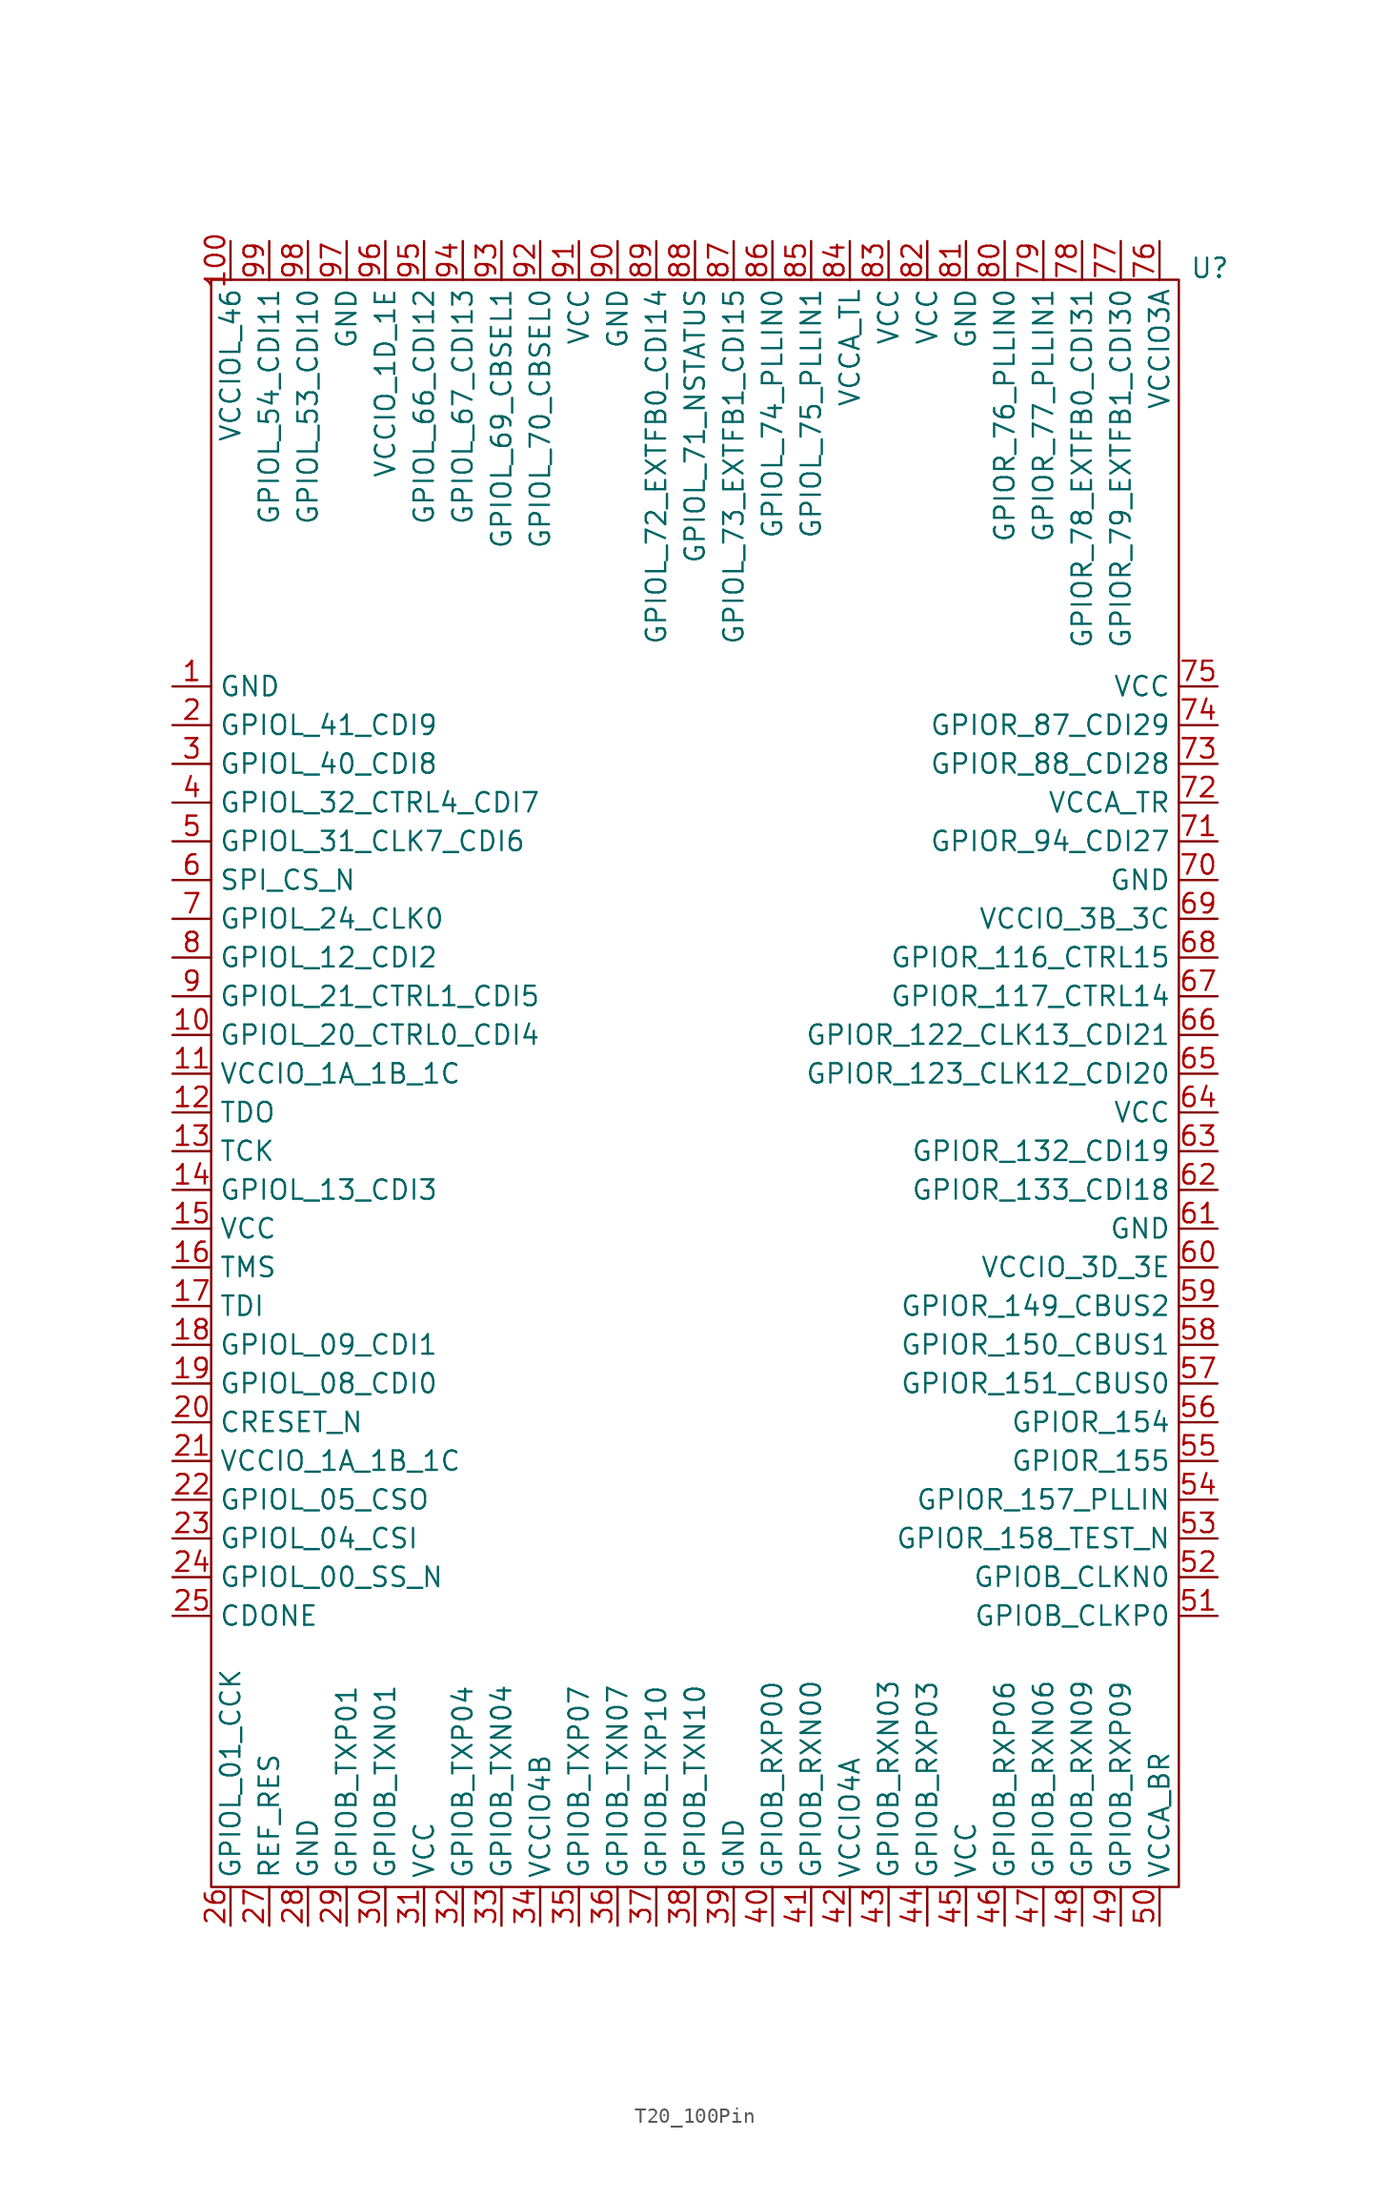
<source format=kicad_sym>
(kicad_symbol_lib
  (version 20231120)
  (generator "kicad_symbol_editor")
  (generator_version "8.0")
  (symbol "T20_100Pin"
    (property "Reference" "U"
      (at 33.782 51.562 0)
      (effects (font (size 1.27 1.27))))
    (property "Value" ""
      (at 11.43 -19.05 0)
      (effects (font (size 1.27 1.27))))
    (symbol "T20_100Pin_0_1"
      (rectangle (start -31.75 50.8) (end 31.75 -54.61) (stroke (width 0) (type default)) (fill (type none))))
    (symbol "T20_100Pin_1_1"
      (pin power_in line (at -34.29 24.13 0) (length 2.54) (name "GND" (effects (font (size 1.27 1.27)))) (number "1" (effects (font (size 1.27 1.27)))))
      (pin bidirectional line (at -34.29 1.27 0) (length 2.54) (name "GPIOL_20_CTRL0_CDI4" (effects (font (size 1.27 1.27)))) (number "10" (effects (font (size 1.27 1.27)))))
      (pin bidirectional line (at -30.48 53.34 270) (length 2.54) (name "VCCIOL_46" (effects (font (size 1.27 1.27)))) (number "100" (effects (font (size 1.27 1.27)))))
      (pin power_in line (at -34.29 -1.27 0) (length 2.54) (name "VCCIO_1A_1B_1C" (effects (font (size 1.27 1.27)))) (number "11" (effects (font (size 1.27 1.27)))))
      (pin output line (at -34.29 -3.81 0) (length 2.54) (name "TDO" (effects (font (size 1.27 1.27)))) (number "12" (effects (font (size 1.27 1.27)))))
      (pin input line (at -34.29 -6.35 0) (length 2.54) (name "TCK" (effects (font (size 1.27 1.27)))) (number "13" (effects (font (size 1.27 1.27)))))
      (pin bidirectional line (at -34.29 -8.89 0) (length 2.54) (name "GPIOL_13_CDI3" (effects (font (size 1.27 1.27)))) (number "14" (effects (font (size 1.27 1.27)))))
      (pin power_in line (at -34.29 -11.43 0) (length 2.54) (name "VCC" (effects (font (size 1.27 1.27)))) (number "15" (effects (font (size 1.27 1.27)))))
      (pin input line (at -34.29 -13.97 0) (length 2.54) (name "TMS" (effects (font (size 1.27 1.27)))) (number "16" (effects (font (size 1.27 1.27)))))
      (pin input line (at -34.29 -16.51 0) (length 2.54) (name "TDI" (effects (font (size 1.27 1.27)))) (number "17" (effects (font (size 1.27 1.27)))))
      (pin bidirectional line (at -34.29 -19.05 0) (length 2.54) (name "GPIOL_09_CDI1" (effects (font (size 1.27 1.27)))) (number "18" (effects (font (size 1.27 1.27)))))
      (pin bidirectional line (at -34.29 -21.59 0) (length 2.54) (name "GPIOL_08_CDI0" (effects (font (size 1.27 1.27)))) (number "19" (effects (font (size 1.27 1.27)))))
      (pin bidirectional line (at -34.29 21.59 0) (length 2.54) (name "GPIOL_41_CDI9" (effects (font (size 1.27 1.27)))) (number "2" (effects (font (size 1.27 1.27)))))
      (pin input line (at -34.29 -24.13 0) (length 2.54) (name "CRESET_N" (effects (font (size 1.27 1.27)))) (number "20" (effects (font (size 1.27 1.27)))))
      (pin power_in line (at -34.29 -26.67 0) (length 2.54) (name "VCCIO_1A_1B_1C" (effects (font (size 1.27 1.27)))) (number "21" (effects (font (size 1.27 1.27)))))
      (pin bidirectional line (at -34.29 -29.21 0) (length 2.54) (name "GPIOL_05_CSO" (effects (font (size 1.27 1.27)))) (number "22" (effects (font (size 1.27 1.27)))))
      (pin bidirectional line (at -34.29 -31.75 0) (length 2.54) (name "GPIOL_04_CSI" (effects (font (size 1.27 1.27)))) (number "23" (effects (font (size 1.27 1.27)))))
      (pin bidirectional line (at -34.29 -34.29 0) (length 2.54) (name "GPIOL_00_SS_N" (effects (font (size 1.27 1.27)))) (number "24" (effects (font (size 1.27 1.27)))))
      (pin output line (at -34.29 -36.83 0) (length 2.54) (name "CDONE" (effects (font (size 1.27 1.27)))) (number "25" (effects (font (size 1.27 1.27)))))
      (pin bidirectional line (at -30.48 -57.15 90) (length 2.54) (name "GPIOL_01_CCK" (effects (font (size 1.27 1.27)))) (number "26" (effects (font (size 1.27 1.27)))))
      (pin output line (at -27.94 -57.15 90) (length 2.54) (name "REF_RES" (effects (font (size 1.27 1.27)))) (number "27" (effects (font (size 1.27 1.27)))))
      (pin power_in line (at -25.4 -57.15 90) (length 2.54) (name "GND" (effects (font (size 1.27 1.27)))) (number "28" (effects (font (size 1.27 1.27)))))
      (pin output line (at -22.86 -57.15 90) (length 2.54) (name "GPIOB_TXP01" (effects (font (size 1.27 1.27)))) (number "29" (effects (font (size 1.27 1.27)))))
      (pin bidirectional line (at -34.29 19.05 0) (length 2.54) (name "GPIOL_40_CDI8" (effects (font (size 1.27 1.27)))) (number "3" (effects (font (size 1.27 1.27)))))
      (pin output line (at -20.32 -57.15 90) (length 2.54) (name "GPIOB_TXN01" (effects (font (size 1.27 1.27)))) (number "30" (effects (font (size 1.27 1.27)))))
      (pin power_in line (at -17.78 -57.15 90) (length 2.54) (name "VCC" (effects (font (size 1.27 1.27)))) (number "31" (effects (font (size 1.27 1.27)))))
      (pin output line (at -15.24 -57.15 90) (length 2.54) (name "GPIOB_TXP04" (effects (font (size 1.27 1.27)))) (number "32" (effects (font (size 1.27 1.27)))))
      (pin output line (at -12.7 -57.15 90) (length 2.54) (name "GPIOB_TXN04" (effects (font (size 1.27 1.27)))) (number "33" (effects (font (size 1.27 1.27)))))
      (pin power_in line (at -10.16 -57.15 90) (length 2.54) (name "VCCIO4B" (effects (font (size 1.27 1.27)))) (number "34" (effects (font (size 1.27 1.27)))))
      (pin output line (at -7.62 -57.15 90) (length 2.54) (name "GPIOB_TXP07" (effects (font (size 1.27 1.27)))) (number "35" (effects (font (size 1.27 1.27)))))
      (pin output line (at -5.08 -57.15 90) (length 2.54) (name "GPIOB_TXN07" (effects (font (size 1.27 1.27)))) (number "36" (effects (font (size 1.27 1.27)))))
      (pin output line (at -2.54 -57.15 90) (length 2.54) (name "GPIOB_TXP10" (effects (font (size 1.27 1.27)))) (number "37" (effects (font (size 1.27 1.27)))))
      (pin output line (at 0 -57.15 90) (length 2.54) (name "GPIOB_TXN10" (effects (font (size 1.27 1.27)))) (number "38" (effects (font (size 1.27 1.27)))))
      (pin power_in line (at 2.54 -57.15 90) (length 2.54) (name "GND" (effects (font (size 1.27 1.27)))) (number "39" (effects (font (size 1.27 1.27)))))
      (pin bidirectional line (at -34.29 16.51 0) (length 2.54) (name "GPIOL_32_CTRL4_CDI7" (effects (font (size 1.27 1.27)))) (number "4" (effects (font (size 1.27 1.27)))))
      (pin input line (at 5.08 -57.15 90) (length 2.54) (name "GPIOB_RXP00" (effects (font (size 1.27 1.27)))) (number "40" (effects (font (size 1.27 1.27)))))
      (pin input line (at 7.62 -57.15 90) (length 2.54) (name "GPIOB_RXN00" (effects (font (size 1.27 1.27)))) (number "41" (effects (font (size 1.27 1.27)))))
      (pin power_in line (at 10.16 -57.15 90) (length 2.54) (name "VCCIO4A" (effects (font (size 1.27 1.27)))) (number "42" (effects (font (size 1.27 1.27)))))
      (pin input line (at 12.7 -57.15 90) (length 2.54) (name "GPIOB_RXN03" (effects (font (size 1.27 1.27)))) (number "43" (effects (font (size 1.27 1.27)))))
      (pin input line (at 15.24 -57.15 90) (length 2.54) (name "GPIOB_RXP03" (effects (font (size 1.27 1.27)))) (number "44" (effects (font (size 1.27 1.27)))))
      (pin power_in line (at 17.78 -57.15 90) (length 2.54) (name "VCC" (effects (font (size 1.27 1.27)))) (number "45" (effects (font (size 1.27 1.27)))))
      (pin input line (at 20.32 -57.15 90) (length 2.54) (name "GPIOB_RXP06" (effects (font (size 1.27 1.27)))) (number "46" (effects (font (size 1.27 1.27)))))
      (pin input line (at 22.86 -57.15 90) (length 2.54) (name "GPIOB_RXN06" (effects (font (size 1.27 1.27)))) (number "47" (effects (font (size 1.27 1.27)))))
      (pin input line (at 25.4 -57.15 90) (length 2.54) (name "GPIOB_RXN09" (effects (font (size 1.27 1.27)))) (number "48" (effects (font (size 1.27 1.27)))))
      (pin input line (at 27.94 -57.15 90) (length 2.54) (name "GPIOB_RXP09" (effects (font (size 1.27 1.27)))) (number "49" (effects (font (size 1.27 1.27)))))
      (pin bidirectional line (at -34.29 13.97 0) (length 2.54) (name "GPIOL_31_CLK7_CDI6" (effects (font (size 1.27 1.27)))) (number "5" (effects (font (size 1.27 1.27)))))
      (pin power_in line (at 30.48 -57.15 90) (length 2.54) (name "VCCA_BR" (effects (font (size 1.27 1.27)))) (number "50" (effects (font (size 1.27 1.27)))))
      (pin input line (at 34.29 -36.83 180) (length 2.54) (name "GPIOB_CLKP0" (effects (font (size 1.27 1.27)))) (number "51" (effects (font (size 1.27 1.27)))))
      (pin input line (at 34.29 -34.29 180) (length 2.54) (name "GPIOB_CLKN0" (effects (font (size 1.27 1.27)))) (number "52" (effects (font (size 1.27 1.27)))))
      (pin bidirectional line (at 34.29 -31.75 180) (length 2.54) (name "GPIOR_158_TEST_N" (effects (font (size 1.27 1.27)))) (number "53" (effects (font (size 1.27 1.27)))))
      (pin bidirectional line (at 34.29 -29.21 180) (length 2.54) (name "GPIOR_157_PLLIN" (effects (font (size 1.27 1.27)))) (number "54" (effects (font (size 1.27 1.27)))))
      (pin bidirectional line (at 34.29 -26.67 180) (length 2.54) (name "GPIOR_155" (effects (font (size 1.27 1.27)))) (number "55" (effects (font (size 1.27 1.27)))))
      (pin bidirectional line (at 34.29 -24.13 180) (length 2.54) (name "GPIOR_154" (effects (font (size 1.27 1.27)))) (number "56" (effects (font (size 1.27 1.27)))))
      (pin bidirectional line (at 34.29 -21.59 180) (length 2.54) (name "GPIOR_151_CBUS0" (effects (font (size 1.27 1.27)))) (number "57" (effects (font (size 1.27 1.27)))))
      (pin bidirectional line (at 34.29 -19.05 180) (length 2.54) (name "GPIOR_150_CBUS1" (effects (font (size 1.27 1.27)))) (number "58" (effects (font (size 1.27 1.27)))))
      (pin bidirectional line (at 34.29 -16.51 180) (length 2.54) (name "GPIOR_149_CBUS2" (effects (font (size 1.27 1.27)))) (number "59" (effects (font (size 1.27 1.27)))))
      (pin output line (at -34.29 11.43 0) (length 2.54) (name "SPI_CS_N" (effects (font (size 1.27 1.27)))) (number "6" (effects (font (size 1.27 1.27)))))
      (pin power_in line (at 34.29 -13.97 180) (length 2.54) (name "VCCIO_3D_3E" (effects (font (size 1.27 1.27)))) (number "60" (effects (font (size 1.27 1.27)))))
      (pin power_in line (at 34.29 -11.43 180) (length 2.54) (name "GND" (effects (font (size 1.27 1.27)))) (number "61" (effects (font (size 1.27 1.27)))))
      (pin bidirectional line (at 34.29 -8.89 180) (length 2.54) (name "GPIOR_133_CDI18" (effects (font (size 1.27 1.27)))) (number "62" (effects (font (size 1.27 1.27)))))
      (pin bidirectional line (at 34.29 -6.35 180) (length 2.54) (name "GPIOR_132_CDI19" (effects (font (size 1.27 1.27)))) (number "63" (effects (font (size 1.27 1.27)))))
      (pin power_in line (at 34.29 -3.81 180) (length 2.54) (name "VCC" (effects (font (size 1.27 1.27)))) (number "64" (effects (font (size 1.27 1.27)))))
      (pin bidirectional line (at 34.29 -1.27 180) (length 2.54) (name "GPIOR_123_CLK12_CDI20" (effects (font (size 1.27 1.27)))) (number "65" (effects (font (size 1.27 1.27)))))
      (pin bidirectional line (at 34.29 1.27 180) (length 2.54) (name "GPIOR_122_CLK13_CDI21" (effects (font (size 1.27 1.27)))) (number "66" (effects (font (size 1.27 1.27)))))
      (pin bidirectional line (at 34.29 3.81 180) (length 2.54) (name "GPIOR_117_CTRL14" (effects (font (size 1.27 1.27)))) (number "67" (effects (font (size 1.27 1.27)))))
      (pin bidirectional line (at 34.29 6.35 180) (length 2.54) (name "GPIOR_116_CTRL15" (effects (font (size 1.27 1.27)))) (number "68" (effects (font (size 1.27 1.27)))))
      (pin power_in line (at 34.29 8.89 180) (length 2.54) (name "VCCIO_3B_3C" (effects (font (size 1.27 1.27)))) (number "69" (effects (font (size 1.27 1.27)))))
      (pin bidirectional line (at -34.29 8.89 0) (length 2.54) (name "GPIOL_24_CLK0" (effects (font (size 1.27 1.27)))) (number "7" (effects (font (size 1.27 1.27)))))
      (pin power_in line (at 34.29 11.43 180) (length 2.54) (name "GND" (effects (font (size 1.27 1.27)))) (number "70" (effects (font (size 1.27 1.27)))))
      (pin bidirectional line (at 34.29 13.97 180) (length 2.54) (name "GPIOR_94_CDI27" (effects (font (size 1.27 1.27)))) (number "71" (effects (font (size 1.27 1.27)))))
      (pin power_in line (at 34.29 16.51 180) (length 2.54) (name "VCCA_TR" (effects (font (size 1.27 1.27)))) (number "72" (effects (font (size 1.27 1.27)))))
      (pin bidirectional line (at 34.29 19.05 180) (length 2.54) (name "GPIOR_88_CDI28" (effects (font (size 1.27 1.27)))) (number "73" (effects (font (size 1.27 1.27)))))
      (pin bidirectional line (at 34.29 21.59 180) (length 2.54) (name "GPIOR_87_CDI29" (effects (font (size 1.27 1.27)))) (number "74" (effects (font (size 1.27 1.27)))))
      (pin power_in line (at 34.29 24.13 180) (length 2.54) (name "VCC" (effects (font (size 1.27 1.27)))) (number "75" (effects (font (size 1.27 1.27)))))
      (pin power_in line (at 30.48 53.34 270) (length 2.54) (name "VCCIO3A" (effects (font (size 1.27 1.27)))) (number "76" (effects (font (size 1.27 1.27)))))
      (pin bidirectional line (at 27.94 53.34 270) (length 2.54) (name "GPIOR_79_EXTFB1_CDI30" (effects (font (size 1.27 1.27)))) (number "77" (effects (font (size 1.27 1.27)))))
      (pin bidirectional line (at 25.4 53.34 270) (length 2.54) (name "GPIOR_78_EXTFB0_CDI31" (effects (font (size 1.27 1.27)))) (number "78" (effects (font (size 1.27 1.27)))))
      (pin bidirectional line (at 22.86 53.34 270) (length 2.54) (name "GPIOR_77_PLLIN1" (effects (font (size 1.27 1.27)))) (number "79" (effects (font (size 1.27 1.27)))))
      (pin bidirectional line (at -34.29 6.35 0) (length 2.54) (name "GPIOL_12_CDI2" (effects (font (size 1.27 1.27)))) (number "8" (effects (font (size 1.27 1.27)))))
      (pin bidirectional line (at 20.32 53.34 270) (length 2.54) (name "GPIOR_76_PLLIN0" (effects (font (size 1.27 1.27)))) (number "80" (effects (font (size 1.27 1.27)))))
      (pin power_in line (at 17.78 53.34 270) (length 2.54) (name "GND" (effects (font (size 1.27 1.27)))) (number "81" (effects (font (size 1.27 1.27)))))
      (pin power_in line (at 15.24 53.34 270) (length 2.54) (name "VCC" (effects (font (size 1.27 1.27)))) (number "82" (effects (font (size 1.27 1.27)))))
      (pin power_in line (at 12.7 53.34 270) (length 2.54) (name "VCC" (effects (font (size 1.27 1.27)))) (number "83" (effects (font (size 1.27 1.27)))))
      (pin power_in line (at 10.16 53.34 270) (length 2.54) (name "VCCA_TL" (effects (font (size 1.27 1.27)))) (number "84" (effects (font (size 1.27 1.27)))))
      (pin bidirectional line (at 7.62 53.34 270) (length 2.54) (name "GPIOL_75_PLLIN1" (effects (font (size 1.27 1.27)))) (number "85" (effects (font (size 1.27 1.27)))))
      (pin bidirectional line (at 5.08 53.34 270) (length 2.54) (name "GPIOL_74_PLLIN0" (effects (font (size 1.27 1.27)))) (number "86" (effects (font (size 1.27 1.27)))))
      (pin bidirectional line (at 2.54 53.34 270) (length 2.54) (name "GPIOL_73_EXTFB1_CDI15" (effects (font (size 1.27 1.27)))) (number "87" (effects (font (size 1.27 1.27)))))
      (pin bidirectional line (at 0 53.34 270) (length 2.54) (name "GPIOL_71_NSTATUS" (effects (font (size 1.27 1.27)))) (number "88" (effects (font (size 1.27 1.27)))))
      (pin bidirectional line (at -2.54 53.34 270) (length 2.54) (name "GPIOL_72_EXTFB0_CDI14" (effects (font (size 1.27 1.27)))) (number "89" (effects (font (size 1.27 1.27)))))
      (pin bidirectional line (at -34.29 3.81 0) (length 2.54) (name "GPIOL_21_CTRL1_CDI5" (effects (font (size 1.27 1.27)))) (number "9" (effects (font (size 1.27 1.27)))))
      (pin power_in line (at -5.08 53.34 270) (length 2.54) (name "GND" (effects (font (size 1.27 1.27)))) (number "90" (effects (font (size 1.27 1.27)))))
      (pin power_in line (at -7.62 53.34 270) (length 2.54) (name "VCC" (effects (font (size 1.27 1.27)))) (number "91" (effects (font (size 1.27 1.27)))))
      (pin bidirectional line (at -10.16 53.34 270) (length 2.54) (name "GPIOL_70_CBSEL0" (effects (font (size 1.27 1.27)))) (number "92" (effects (font (size 1.27 1.27)))))
      (pin bidirectional line (at -12.7 53.34 270) (length 2.54) (name "GPIOL_69_CBSEL1" (effects (font (size 1.27 1.27)))) (number "93" (effects (font (size 1.27 1.27)))))
      (pin bidirectional line (at -15.24 53.34 270) (length 2.54) (name "GPIOL_67_CDI13" (effects (font (size 1.27 1.27)))) (number "94" (effects (font (size 1.27 1.27)))))
      (pin bidirectional line (at -17.78 53.34 270) (length 2.54) (name "GPIOL_66_CDI12" (effects (font (size 1.27 1.27)))) (number "95" (effects (font (size 1.27 1.27)))))
      (pin power_in line (at -20.32 53.34 270) (length 2.54) (name "VCCIO_1D_1E" (effects (font (size 1.27 1.27)))) (number "96" (effects (font (size 1.27 1.27)))))
      (pin power_in line (at -22.86 53.34 270) (length 2.54) (name "GND" (effects (font (size 1.27 1.27)))) (number "97" (effects (font (size 1.27 1.27)))))
      (pin bidirectional line (at -25.4 53.34 270) (length 2.54) (name "GPIOL_53_CDI10" (effects (font (size 1.27 1.27)))) (number "98" (effects (font (size 1.27 1.27)))))
      (pin bidirectional line (at -27.94 53.34 270) (length 2.54) (name "GPIOL_54_CDI11" (effects (font (size 1.27 1.27)))) (number "99" (effects (font (size 1.27 1.27))))))))
</source>
